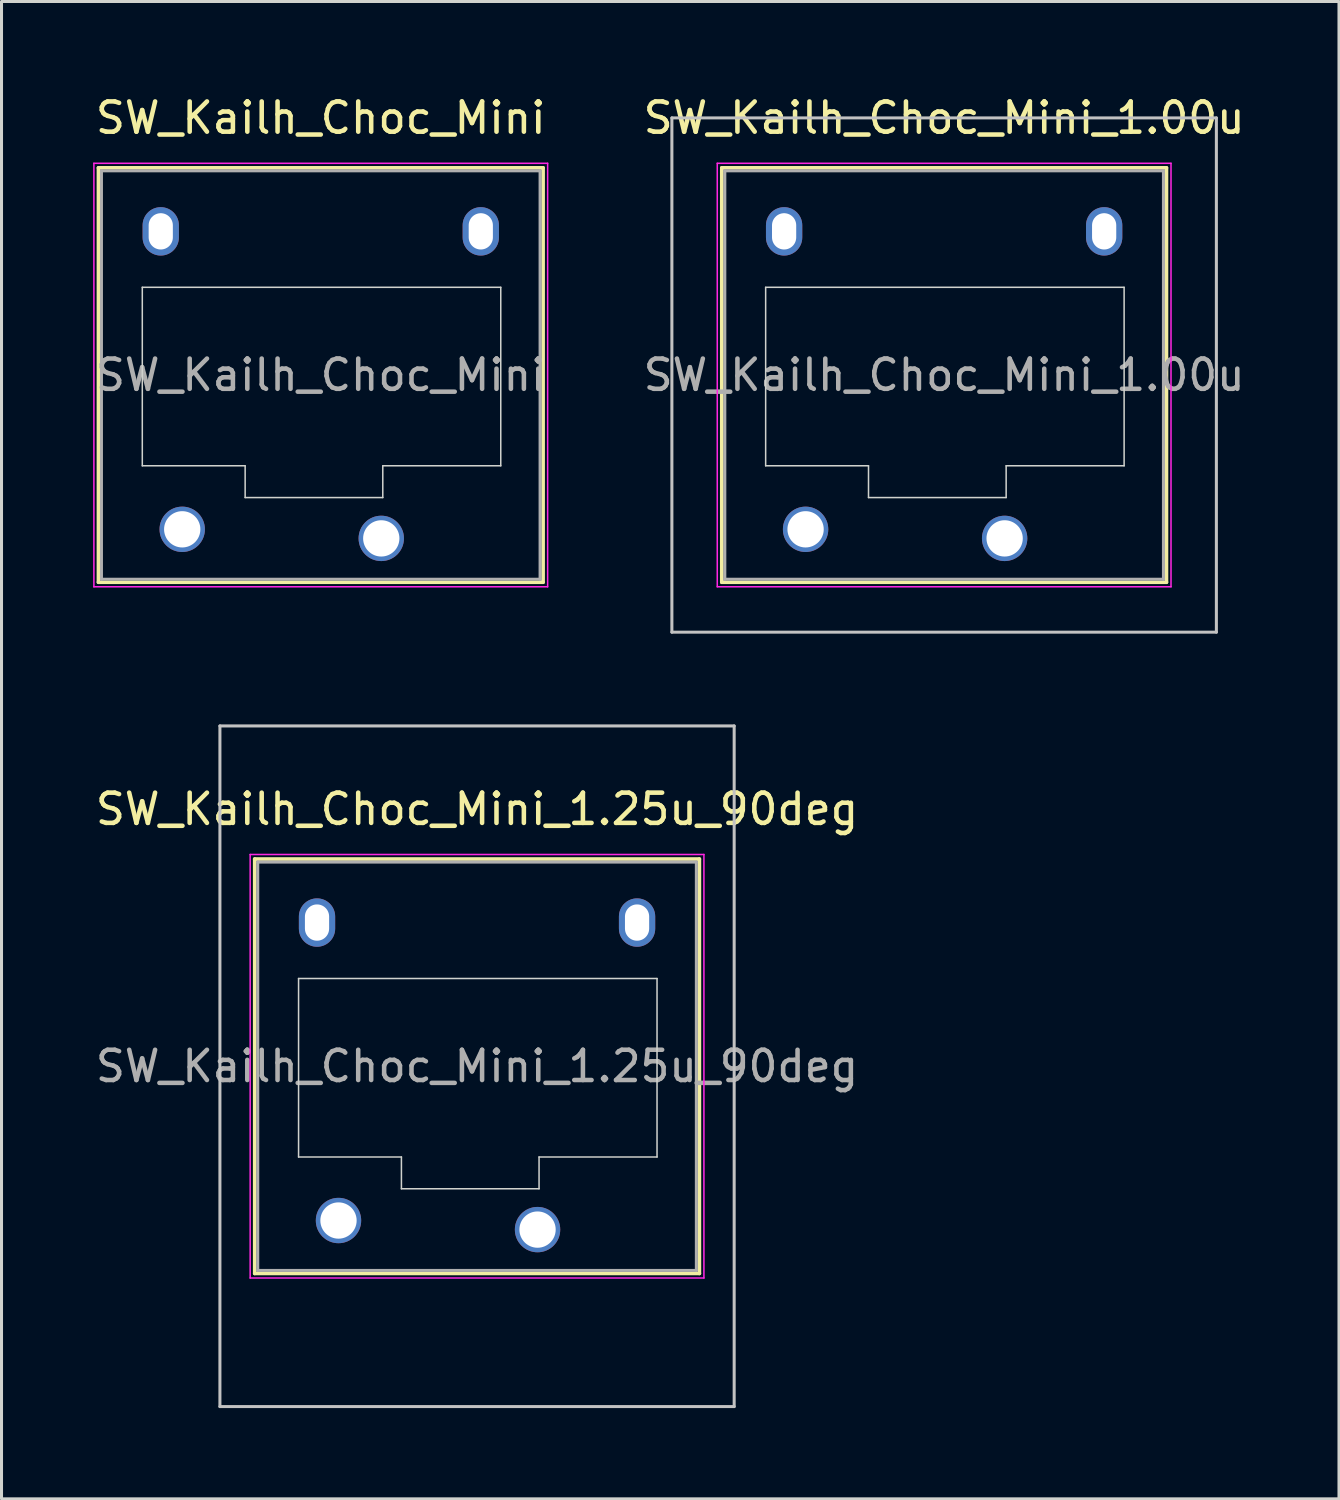
<source format=kicad_pcb>
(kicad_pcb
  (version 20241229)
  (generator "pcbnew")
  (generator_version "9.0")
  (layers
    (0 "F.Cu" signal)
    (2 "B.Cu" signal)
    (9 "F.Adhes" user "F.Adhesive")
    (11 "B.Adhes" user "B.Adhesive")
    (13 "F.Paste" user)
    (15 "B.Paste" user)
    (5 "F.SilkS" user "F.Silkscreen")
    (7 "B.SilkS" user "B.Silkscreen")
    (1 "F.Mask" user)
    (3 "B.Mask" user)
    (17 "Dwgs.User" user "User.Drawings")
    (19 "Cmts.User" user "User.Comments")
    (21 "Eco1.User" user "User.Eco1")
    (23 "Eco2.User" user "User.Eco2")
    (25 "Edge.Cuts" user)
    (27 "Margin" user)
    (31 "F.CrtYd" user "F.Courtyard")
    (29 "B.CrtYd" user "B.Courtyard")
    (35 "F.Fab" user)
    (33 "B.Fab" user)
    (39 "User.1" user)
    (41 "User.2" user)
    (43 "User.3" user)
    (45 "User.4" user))
  (footprint "SW_Kailh_Choc_Mini"
    (layer "F.Cu")
    (at 7.554 9.348)
    (property "Reference" "SW_Kailh_Choc_Mini" (at 0 -8.5 0) (layer "F.SilkS") (effects (font (size 1 1) (thickness 0.15))))
    (attr through_hole)
    (fp_line (start -7.35 -6.85) (end -7.35 6.85) (stroke (width 0.12) (type solid)) (layer "F.SilkS"))
    (fp_line (start -7.35 6.85) (end 7.35 6.85) (stroke (width 0.12) (type solid)) (layer "F.SilkS"))
    (fp_line (start 7.35 -6.85) (end -7.35 -6.85) (stroke (width 0.12) (type solid)) (layer "F.SilkS"))
    (fp_line (start 7.35 6.85) (end 7.35 -6.85) (stroke (width 0.12) (type solid)) (layer "F.SilkS"))
    (fp_line (start -6.85 -6.35) (end -6.85 6.35) (stroke (width 0.1) (type solid)) (layer "Eco1.User"))
    (fp_line (start -6.85 6.35) (end 6.85 6.35) (stroke (width 0.1) (type solid)) (layer "Eco1.User"))
    (fp_line (start 6.85 -6.35) (end -6.85 -6.35) (stroke (width 0.1) (type solid)) (layer "Eco1.User"))
    (fp_line (start 6.85 6.35) (end 6.85 -6.35) (stroke (width 0.1) (type solid)) (layer "Eco1.User"))
    (fp_line (start -5.9 -2.9) (end -5.9 3) (stroke (width 0.05) (type solid)) (layer "Edge.Cuts"))
    (fp_line (start -5.9 3) (end -2.5 3) (stroke (width 0.05) (type solid)) (layer "Edge.Cuts"))
    (fp_line (start -2.5 3) (end -2.5 4.05) (stroke (width 0.05) (type solid)) (layer "Edge.Cuts"))
    (fp_line (start -2.5 4.05) (end 2.05 4.05) (stroke (width 0.05) (type solid)) (layer "Edge.Cuts"))
    (fp_line (start 2.05 3) (end 5.95 3) (stroke (width 0.05) (type solid)) (layer "Edge.Cuts"))
    (fp_line (start 2.05 4.05) (end 2.05 3) (stroke (width 0.05) (type solid)) (layer "Edge.Cuts"))
    (fp_line (start 5.95 -2.9) (end -5.9 -2.9) (stroke (width 0.05) (type solid)) (layer "Edge.Cuts"))
    (fp_line (start 5.95 3) (end 5.95 -2.9) (stroke (width 0.05) (type solid)) (layer "Edge.Cuts"))
    (fp_line (start -7.5 -7) (end -7.5 7) (stroke (width 0.05) (type solid)) (layer "F.CrtYd"))
    (fp_line (start -7.5 7) (end 7.5 7) (stroke (width 0.05) (type solid)) (layer "F.CrtYd"))
    (fp_line (start 7.5 -7) (end -7.5 -7) (stroke (width 0.05) (type solid)) (layer "F.CrtYd"))
    (fp_line (start 7.5 7) (end 7.5 -7) (stroke (width 0.05) (type solid)) (layer "F.CrtYd"))
    (fp_line (start -7.25 -6.75) (end -7.25 6.75) (stroke (width 0.1) (type solid)) (layer "F.Fab"))
    (fp_line (start -7.25 6.75) (end 7.25 6.75) (stroke (width 0.1) (type solid)) (layer "F.Fab"))
    (fp_line (start 7.25 -6.75) (end -7.25 -6.75) (stroke (width 0.1) (type solid)) (layer "F.Fab"))
    (fp_line (start 7.25 6.75) (end 7.25 -6.75) (stroke (width 0.1) (type solid)) (layer "F.Fab"))
    (fp_text user "${REFERENCE}" (at 0 0 0) (layer "F.Fab") (effects (font (size 1 1) (thickness 0.15))))
    (pad "" np_thru_hole oval (at -5.29 -4.75) (size 1.2 1.6) (drill oval 0.8 1.2) (layers "*.Cu" "*.Mask"))
    (pad "" smd circle (at -4.58 5.1) (size 1.25 1.25) (layers "F.Mask"))
    (pad "" smd circle (at 2 5.4) (size 1.25 1.25) (layers "F.Mask"))
    (pad "" np_thru_hole oval (at 5.29 -4.75) (size 1.2 1.6) (drill oval 0.8 1.2) (layers "*.Cu" "*.Mask"))
    (pad "1" thru_hole circle (at 2 5.4) (size 1.5 1.5) (drill 1.2) (layers "*.Cu" "B.Mask"))
    (pad "2" thru_hole circle (at -4.58 5.1) (size 1.5 1.5) (drill 1.2) (layers "*.Cu" "B.Mask")))
  (footprint "SW_Kailh_Choc_Mini_1.25u_90deg"
    (layer "F.Cu")
    (at 12.72 32.198)
    (property "Reference" "SW_Kailh_Choc_Mini_1.25u_90deg" (at 0 -8.5 0) (layer "F.SilkS") (effects (font (size 1 1) (thickness 0.15))))
    (attr through_hole)
    (fp_line (start -7.35 -6.85) (end -7.35 6.85) (stroke (width 0.12) (type solid)) (layer "F.SilkS"))
    (fp_line (start -7.35 6.85) (end 7.35 6.85) (stroke (width 0.12) (type solid)) (layer "F.SilkS"))
    (fp_line (start 7.35 -6.85) (end -7.35 -6.85) (stroke (width 0.12) (type solid)) (layer "F.SilkS"))
    (fp_line (start 7.35 6.85) (end 7.35 -6.85) (stroke (width 0.12) (type solid)) (layer "F.SilkS"))
    (fp_line (start -8.5 -11.25) (end 8.5 -11.25) (stroke (width 0.1) (type solid)) (layer "Dwgs.User"))
    (fp_line (start -8.5 11.25) (end -8.5 -11.25) (stroke (width 0.1) (type solid)) (layer "Dwgs.User"))
    (fp_line (start 8.5 -11.25) (end 8.5 11.25) (stroke (width 0.1) (type solid)) (layer "Dwgs.User"))
    (fp_line (start 8.5 11.25) (end -8.5 11.25) (stroke (width 0.1) (type solid)) (layer "Dwgs.User"))
    (fp_line (start -6.85 -6.35) (end -6.85 6.35) (stroke (width 0.1) (type solid)) (layer "Eco1.User"))
    (fp_line (start -6.85 6.35) (end 6.85 6.35) (stroke (width 0.1) (type solid)) (layer "Eco1.User"))
    (fp_line (start 6.85 -6.35) (end -6.85 -6.35) (stroke (width 0.1) (type solid)) (layer "Eco1.User"))
    (fp_line (start 6.85 6.35) (end 6.85 -6.35) (stroke (width 0.1) (type solid)) (layer "Eco1.User"))
    (fp_line (start -5.9 -2.9) (end -5.9 3) (stroke (width 0.05) (type solid)) (layer "Edge.Cuts"))
    (fp_line (start -5.9 3) (end -2.5 3) (stroke (width 0.05) (type solid)) (layer "Edge.Cuts"))
    (fp_line (start -2.5 3) (end -2.5 4.05) (stroke (width 0.05) (type solid)) (layer "Edge.Cuts"))
    (fp_line (start -2.5 4.05) (end 2.05 4.05) (stroke (width 0.05) (type solid)) (layer "Edge.Cuts"))
    (fp_line (start 2.05 3) (end 5.95 3) (stroke (width 0.05) (type solid)) (layer "Edge.Cuts"))
    (fp_line (start 2.05 4.05) (end 2.05 3) (stroke (width 0.05) (type solid)) (layer "Edge.Cuts"))
    (fp_line (start 5.95 -2.9) (end -5.9 -2.9) (stroke (width 0.05) (type solid)) (layer "Edge.Cuts"))
    (fp_line (start 5.95 3) (end 5.95 -2.9) (stroke (width 0.05) (type solid)) (layer "Edge.Cuts"))
    (fp_line (start -7.5 -7) (end -7.5 7) (stroke (width 0.05) (type solid)) (layer "F.CrtYd"))
    (fp_line (start -7.5 7) (end 7.5 7) (stroke (width 0.05) (type solid)) (layer "F.CrtYd"))
    (fp_line (start 7.5 -7) (end -7.5 -7) (stroke (width 0.05) (type solid)) (layer "F.CrtYd"))
    (fp_line (start 7.5 7) (end 7.5 -7) (stroke (width 0.05) (type solid)) (layer "F.CrtYd"))
    (fp_line (start -7.25 -6.75) (end -7.25 6.75) (stroke (width 0.1) (type solid)) (layer "F.Fab"))
    (fp_line (start -7.25 6.75) (end 7.25 6.75) (stroke (width 0.1) (type solid)) (layer "F.Fab"))
    (fp_line (start 7.25 -6.75) (end -7.25 -6.75) (stroke (width 0.1) (type solid)) (layer "F.Fab"))
    (fp_line (start 7.25 6.75) (end 7.25 -6.75) (stroke (width 0.1) (type solid)) (layer "F.Fab"))
    (fp_text user "${REFERENCE}" (at 0 0 0) (layer "F.Fab") (effects (font (size 1 1) (thickness 0.15))))
    (pad "" np_thru_hole oval (at -5.29 -4.75) (size 1.2 1.6) (drill oval 0.8 1.2) (layers "*.Cu" "*.Mask"))
    (pad "" smd circle (at -4.58 5.1) (size 1.25 1.25) (layers "F.Mask"))
    (pad "" smd circle (at 2 5.4) (size 1.25 1.25) (layers "F.Mask"))
    (pad "" np_thru_hole oval (at 5.29 -4.75) (size 1.2 1.6) (drill oval 0.8 1.2) (layers "*.Cu" "*.Mask"))
    (pad "1" thru_hole circle (at 2 5.4) (size 1.5 1.5) (drill 1.2) (layers "*.Cu" "B.Mask"))
    (pad "2" thru_hole circle (at -4.58 5.1) (size 1.5 1.5) (drill 1.2) (layers "*.Cu" "B.Mask")))
  (footprint "SW_Kailh_Choc_Mini_1.00u"
    (layer "F.Cu")
    (at 28.161 9.348)
    (property "Reference" "SW_Kailh_Choc_Mini_1.00u" (at 0 -8.5 0) (layer "F.SilkS") (effects (font (size 1 1) (thickness 0.15))))
    (attr through_hole)
    (fp_line (start -7.35 -6.85) (end -7.35 6.85) (stroke (width 0.12) (type solid)) (layer "F.SilkS"))
    (fp_line (start -7.35 6.85) (end 7.35 6.85) (stroke (width 0.12) (type solid)) (layer "F.SilkS"))
    (fp_line (start 7.35 -6.85) (end -7.35 -6.85) (stroke (width 0.12) (type solid)) (layer "F.SilkS"))
    (fp_line (start 7.35 6.85) (end 7.35 -6.85) (stroke (width 0.12) (type solid)) (layer "F.SilkS"))
    (fp_line (start -9 -8.5) (end -9 8.5) (stroke (width 0.1) (type solid)) (layer "Dwgs.User"))
    (fp_line (start -9 8.5) (end 9 8.5) (stroke (width 0.1) (type solid)) (layer "Dwgs.User"))
    (fp_line (start 9 -8.5) (end -9 -8.5) (stroke (width 0.1) (type solid)) (layer "Dwgs.User"))
    (fp_line (start 9 8.5) (end 9 -8.5) (stroke (width 0.1) (type solid)) (layer "Dwgs.User"))
    (fp_line (start -6.85 -6.35) (end -6.85 6.35) (stroke (width 0.1) (type solid)) (layer "Eco1.User"))
    (fp_line (start -6.85 6.35) (end 6.85 6.35) (stroke (width 0.1) (type solid)) (layer "Eco1.User"))
    (fp_line (start 6.85 -6.35) (end -6.85 -6.35) (stroke (width 0.1) (type solid)) (layer "Eco1.User"))
    (fp_line (start 6.85 6.35) (end 6.85 -6.35) (stroke (width 0.1) (type solid)) (layer "Eco1.User"))
    (fp_line (start -5.9 -2.9) (end -5.9 3) (stroke (width 0.05) (type solid)) (layer "Edge.Cuts"))
    (fp_line (start -5.9 3) (end -2.5 3) (stroke (width 0.05) (type solid)) (layer "Edge.Cuts"))
    (fp_line (start -2.5 3) (end -2.5 4.05) (stroke (width 0.05) (type solid)) (layer "Edge.Cuts"))
    (fp_line (start -2.5 4.05) (end 2.05 4.05) (stroke (width 0.05) (type solid)) (layer "Edge.Cuts"))
    (fp_line (start 2.05 3) (end 5.95 3) (stroke (width 0.05) (type solid)) (layer "Edge.Cuts"))
    (fp_line (start 2.05 4.05) (end 2.05 3) (stroke (width 0.05) (type solid)) (layer "Edge.Cuts"))
    (fp_line (start 5.95 -2.9) (end -5.9 -2.9) (stroke (width 0.05) (type solid)) (layer "Edge.Cuts"))
    (fp_line (start 5.95 3) (end 5.95 -2.9) (stroke (width 0.05) (type solid)) (layer "Edge.Cuts"))
    (fp_line (start -7.5 -7) (end -7.5 7) (stroke (width 0.05) (type solid)) (layer "F.CrtYd"))
    (fp_line (start -7.5 7) (end 7.5 7) (stroke (width 0.05) (type solid)) (layer "F.CrtYd"))
    (fp_line (start 7.5 -7) (end -7.5 -7) (stroke (width 0.05) (type solid)) (layer "F.CrtYd"))
    (fp_line (start 7.5 7) (end 7.5 -7) (stroke (width 0.05) (type solid)) (layer "F.CrtYd"))
    (fp_line (start -7.25 -6.75) (end -7.25 6.75) (stroke (width 0.1) (type solid)) (layer "F.Fab"))
    (fp_line (start -7.25 6.75) (end 7.25 6.75) (stroke (width 0.1) (type solid)) (layer "F.Fab"))
    (fp_line (start 7.25 -6.75) (end -7.25 -6.75) (stroke (width 0.1) (type solid)) (layer "F.Fab"))
    (fp_line (start 7.25 6.75) (end 7.25 -6.75) (stroke (width 0.1) (type solid)) (layer "F.Fab"))
    (fp_text user "${REFERENCE}" (at 0 0 0) (layer "F.Fab") (effects (font (size 1 1) (thickness 0.15))))
    (pad "" np_thru_hole oval (at -5.29 -4.75) (size 1.2 1.6) (drill oval 0.8 1.2) (layers "*.Cu" "*.Mask"))
    (pad "" smd circle (at -4.58 5.1) (size 1.25 1.25) (layers "F.Mask"))
    (pad "" smd circle (at 2 5.4) (size 1.25 1.25) (layers "F.Mask"))
    (pad "" np_thru_hole oval (at 5.29 -4.75) (size 1.2 1.6) (drill oval 0.8 1.2) (layers "*.Cu" "*.Mask"))
    (pad "1" thru_hole circle (at 2 5.4) (size 1.5 1.5) (drill 1.2) (layers "*.Cu" "B.Mask"))
    (pad "2" thru_hole circle (at -4.58 5.1) (size 1.5 1.5) (drill 1.2) (layers "*.Cu" "B.Mask")))
  (gr_rect
    (start -3 -3)
    (end 41.214 46.498)
    (stroke (width 0.1) (type default))
    (fill no)
    (layer "Edge.Cuts")))
</source>
